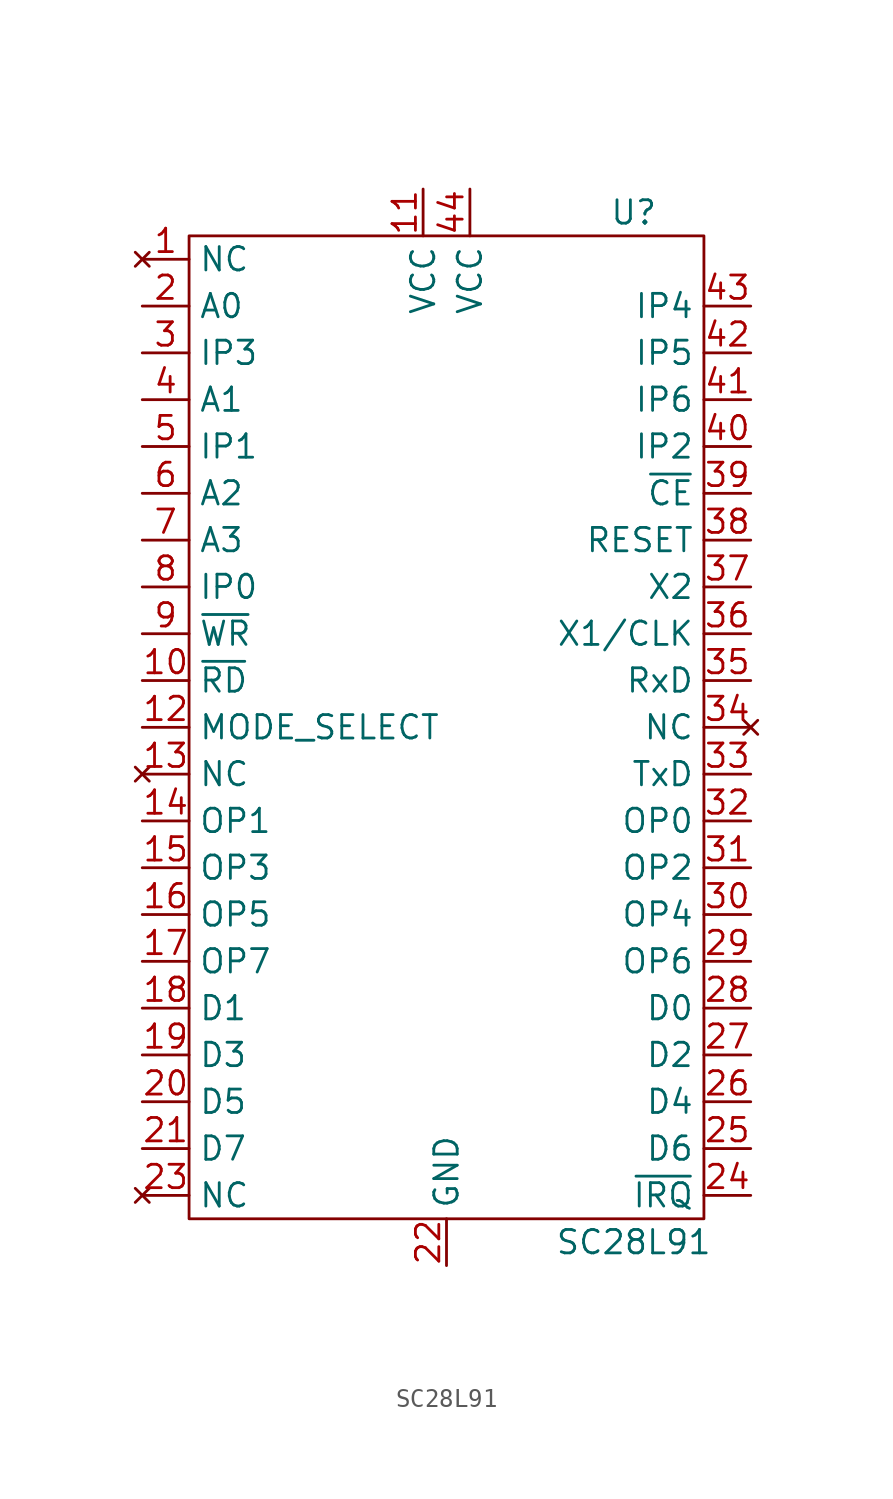
<source format=kicad_sym>
(kicad_symbol_lib
  (version 20211014)
  (generator kicad_symbol_editor)
  (symbol "SC28L91"
    (property "Reference" "U"
      (at 10.16 0 0)
      (effects (font (size 1.27 1.27))))
    (property "Value" "SC28L91"
      (at 10.16 -55.88 0)
      (effects (font (size 1.27 1.27))))
    (symbol "SC28L91_0_1"
      (rectangle (start -13.97 -1.27) (end 13.97 -54.61) (stroke (width 0) (type default) (color 0 0 0 0)) (fill (type none))))
    (symbol "SC28L91_1_1"
      (pin no_connect line (at -16.51 -2.54 0) (length 2.54) (name "NC" (effects (font (size 1.27 1.27)))) (number "1" (effects (font (size 1.27 1.27)))))
      (pin input line (at -16.51 -25.4 0) (length 2.54) (name "~{RD}" (effects (font (size 1.27 1.27)))) (number "10" (effects (font (size 1.27 1.27)))))
      (pin power_in line (at -1.27 1.27 270) (length 2.54) (name "VCC" (effects (font (size 1.27 1.27)))) (number "11" (effects (font (size 1.27 1.27)))))
      (pin input line (at -16.51 -27.94 0) (length 2.54) (name "MODE_SELECT" (effects (font (size 1.27 1.27)))) (number "12" (effects (font (size 1.27 1.27)))))
      (pin no_connect line (at -16.51 -30.48 0) (length 2.54) (name "NC" (effects (font (size 1.27 1.27)))) (number "13" (effects (font (size 1.27 1.27)))))
      (pin output line (at -16.51 -33.02 0) (length 2.54) (name "OP1" (effects (font (size 1.27 1.27)))) (number "14" (effects (font (size 1.27 1.27)))))
      (pin output line (at -16.51 -35.56 0) (length 2.54) (name "OP3" (effects (font (size 1.27 1.27)))) (number "15" (effects (font (size 1.27 1.27)))))
      (pin output line (at -16.51 -38.1 0) (length 2.54) (name "OP5" (effects (font (size 1.27 1.27)))) (number "16" (effects (font (size 1.27 1.27)))))
      (pin output line (at -16.51 -40.64 0) (length 2.54) (name "OP7" (effects (font (size 1.27 1.27)))) (number "17" (effects (font (size 1.27 1.27)))))
      (pin bidirectional line (at -16.51 -43.18 0) (length 2.54) (name "D1" (effects (font (size 1.27 1.27)))) (number "18" (effects (font (size 1.27 1.27)))))
      (pin bidirectional line (at -16.51 -45.72 0) (length 2.54) (name "D3" (effects (font (size 1.27 1.27)))) (number "19" (effects (font (size 1.27 1.27)))))
      (pin input line (at -16.51 -5.08 0) (length 2.54) (name "A0" (effects (font (size 1.27 1.27)))) (number "2" (effects (font (size 1.27 1.27)))))
      (pin bidirectional line (at -16.51 -48.26 0) (length 2.54) (name "D5" (effects (font (size 1.27 1.27)))) (number "20" (effects (font (size 1.27 1.27)))))
      (pin bidirectional line (at -16.51 -50.8 0) (length 2.54) (name "D7" (effects (font (size 1.27 1.27)))) (number "21" (effects (font (size 1.27 1.27)))))
      (pin power_out line (at 0 -57.15 90) (length 2.54) (name "GND" (effects (font (size 1.27 1.27)))) (number "22" (effects (font (size 1.27 1.27)))))
      (pin no_connect line (at -16.51 -53.34 0) (length 2.54) (name "NC" (effects (font (size 1.27 1.27)))) (number "23" (effects (font (size 1.27 1.27)))))
      (pin output line (at 16.51 -53.34 180) (length 2.54) (name "~{IRQ}" (effects (font (size 1.27 1.27)))) (number "24" (effects (font (size 1.27 1.27)))))
      (pin bidirectional line (at 16.51 -50.8 180) (length 2.54) (name "D6" (effects (font (size 1.27 1.27)))) (number "25" (effects (font (size 1.27 1.27)))))
      (pin bidirectional line (at 16.51 -48.26 180) (length 2.54) (name "D4" (effects (font (size 1.27 1.27)))) (number "26" (effects (font (size 1.27 1.27)))))
      (pin bidirectional line (at 16.51 -45.72 180) (length 2.54) (name "D2" (effects (font (size 1.27 1.27)))) (number "27" (effects (font (size 1.27 1.27)))))
      (pin bidirectional line (at 16.51 -43.18 180) (length 2.54) (name "D0" (effects (font (size 1.27 1.27)))) (number "28" (effects (font (size 1.27 1.27)))))
      (pin output line (at 16.51 -40.64 180) (length 2.54) (name "OP6" (effects (font (size 1.27 1.27)))) (number "29" (effects (font (size 1.27 1.27)))))
      (pin input line (at -16.51 -7.62 0) (length 2.54) (name "IP3" (effects (font (size 1.27 1.27)))) (number "3" (effects (font (size 1.27 1.27)))))
      (pin output line (at 16.51 -38.1 180) (length 2.54) (name "OP4" (effects (font (size 1.27 1.27)))) (number "30" (effects (font (size 1.27 1.27)))))
      (pin output line (at 16.51 -35.56 180) (length 2.54) (name "OP2" (effects (font (size 1.27 1.27)))) (number "31" (effects (font (size 1.27 1.27)))))
      (pin output line (at 16.51 -33.02 180) (length 2.54) (name "OP0" (effects (font (size 1.27 1.27)))) (number "32" (effects (font (size 1.27 1.27)))))
      (pin output line (at 16.51 -30.48 180) (length 2.54) (name "TxD" (effects (font (size 1.27 1.27)))) (number "33" (effects (font (size 1.27 1.27)))))
      (pin no_connect line (at 16.51 -27.94 180) (length 2.54) (name "NC" (effects (font (size 1.27 1.27)))) (number "34" (effects (font (size 1.27 1.27)))))
      (pin input line (at 16.51 -25.4 180) (length 2.54) (name "RxD" (effects (font (size 1.27 1.27)))) (number "35" (effects (font (size 1.27 1.27)))))
      (pin input line (at 16.51 -22.86 180) (length 2.54) (name "X1/CLK" (effects (font (size 1.27 1.27)))) (number "36" (effects (font (size 1.27 1.27)))))
      (pin input line (at 16.51 -20.32 180) (length 2.54) (name "X2" (effects (font (size 1.27 1.27)))) (number "37" (effects (font (size 1.27 1.27)))))
      (pin input line (at 16.51 -17.78 180) (length 2.54) (name "RESET" (effects (font (size 1.27 1.27)))) (number "38" (effects (font (size 1.27 1.27)))))
      (pin input line (at 16.51 -15.24 180) (length 2.54) (name "~{CE}" (effects (font (size 1.27 1.27)))) (number "39" (effects (font (size 1.27 1.27)))))
      (pin input line (at -16.51 -10.16 0) (length 2.54) (name "A1" (effects (font (size 1.27 1.27)))) (number "4" (effects (font (size 1.27 1.27)))))
      (pin input line (at 16.51 -12.7 180) (length 2.54) (name "IP2" (effects (font (size 1.27 1.27)))) (number "40" (effects (font (size 1.27 1.27)))))
      (pin input line (at 16.51 -10.16 180) (length 2.54) (name "IP6" (effects (font (size 1.27 1.27)))) (number "41" (effects (font (size 1.27 1.27)))))
      (pin input line (at 16.51 -7.62 180) (length 2.54) (name "IP5" (effects (font (size 1.27 1.27)))) (number "42" (effects (font (size 1.27 1.27)))))
      (pin input line (at 16.51 -5.08 180) (length 2.54) (name "IP4" (effects (font (size 1.27 1.27)))) (number "43" (effects (font (size 1.27 1.27)))))
      (pin power_in line (at 1.27 1.27 270) (length 2.54) (name "VCC" (effects (font (size 1.27 1.27)))) (number "44" (effects (font (size 1.27 1.27)))))
      (pin input line (at -16.51 -12.7 0) (length 2.54) (name "IP1" (effects (font (size 1.27 1.27)))) (number "5" (effects (font (size 1.27 1.27)))))
      (pin input line (at -16.51 -15.24 0) (length 2.54) (name "A2" (effects (font (size 1.27 1.27)))) (number "6" (effects (font (size 1.27 1.27)))))
      (pin input line (at -16.51 -17.78 0) (length 2.54) (name "A3" (effects (font (size 1.27 1.27)))) (number "7" (effects (font (size 1.27 1.27)))))
      (pin input line (at -16.51 -20.32 0) (length 2.54) (name "IP0" (effects (font (size 1.27 1.27)))) (number "8" (effects (font (size 1.27 1.27)))))
      (pin input line (at -16.51 -22.86 0) (length 2.54) (name "~{WR}" (effects (font (size 1.27 1.27)))) (number "9" (effects (font (size 1.27 1.27))))))))
</source>
